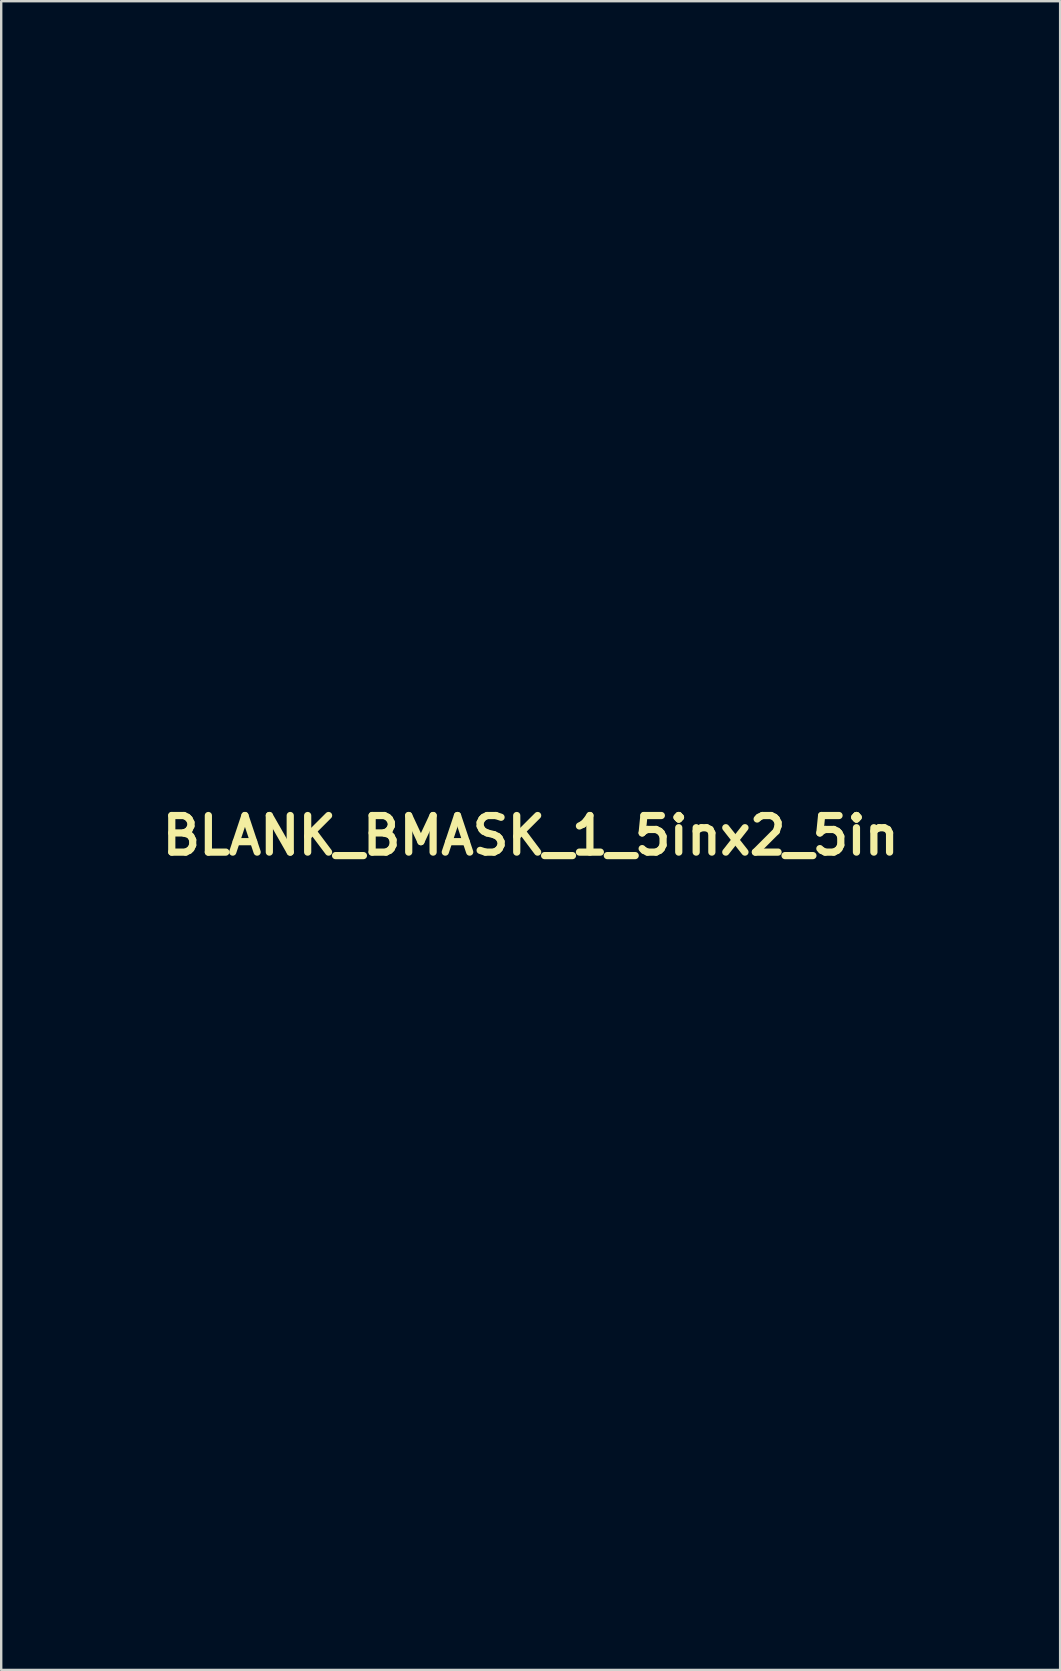
<source format=kicad_pcb>
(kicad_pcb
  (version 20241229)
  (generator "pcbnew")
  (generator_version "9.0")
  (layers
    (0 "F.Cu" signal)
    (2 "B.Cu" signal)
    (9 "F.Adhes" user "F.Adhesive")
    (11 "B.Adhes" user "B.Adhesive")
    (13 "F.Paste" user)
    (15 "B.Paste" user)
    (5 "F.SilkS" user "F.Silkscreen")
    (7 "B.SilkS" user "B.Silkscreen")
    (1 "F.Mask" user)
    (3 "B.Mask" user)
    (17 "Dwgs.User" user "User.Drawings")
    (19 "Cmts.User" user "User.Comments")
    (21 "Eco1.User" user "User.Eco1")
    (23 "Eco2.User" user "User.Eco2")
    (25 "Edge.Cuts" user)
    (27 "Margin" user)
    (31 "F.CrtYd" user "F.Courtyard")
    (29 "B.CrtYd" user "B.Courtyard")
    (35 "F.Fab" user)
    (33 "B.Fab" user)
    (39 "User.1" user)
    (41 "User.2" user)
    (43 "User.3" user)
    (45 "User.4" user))
  (footprint "BLANK_BMASK_1_5inx2_5in"
    (layer "F.Cu")
    (at 19.055 31.755)
    (property "Reference" "BLANK_BMASK_1_5inx2_5in" (at 0 0 0) (layer "F.SilkS") (effects (font (size 1.524 1.524) (thickness 0.3))))
    (attr through_hole)
    (fp_poly (pts (xy 19.05 31.75) (xy -19.05 31.75) (xy -19.05 -31.75) (xy 19.05 -31.75) (xy 19.05 31.75)) (stroke (width 0.01) (type solid)) (fill yes) (layer "B.Mask")))
  (gr_rect
    (start -3 -3)
    (end 41.11 66.51)
    (stroke (width 0.1) (type default))
    (fill no)
    (layer "Edge.Cuts")))
</source>
